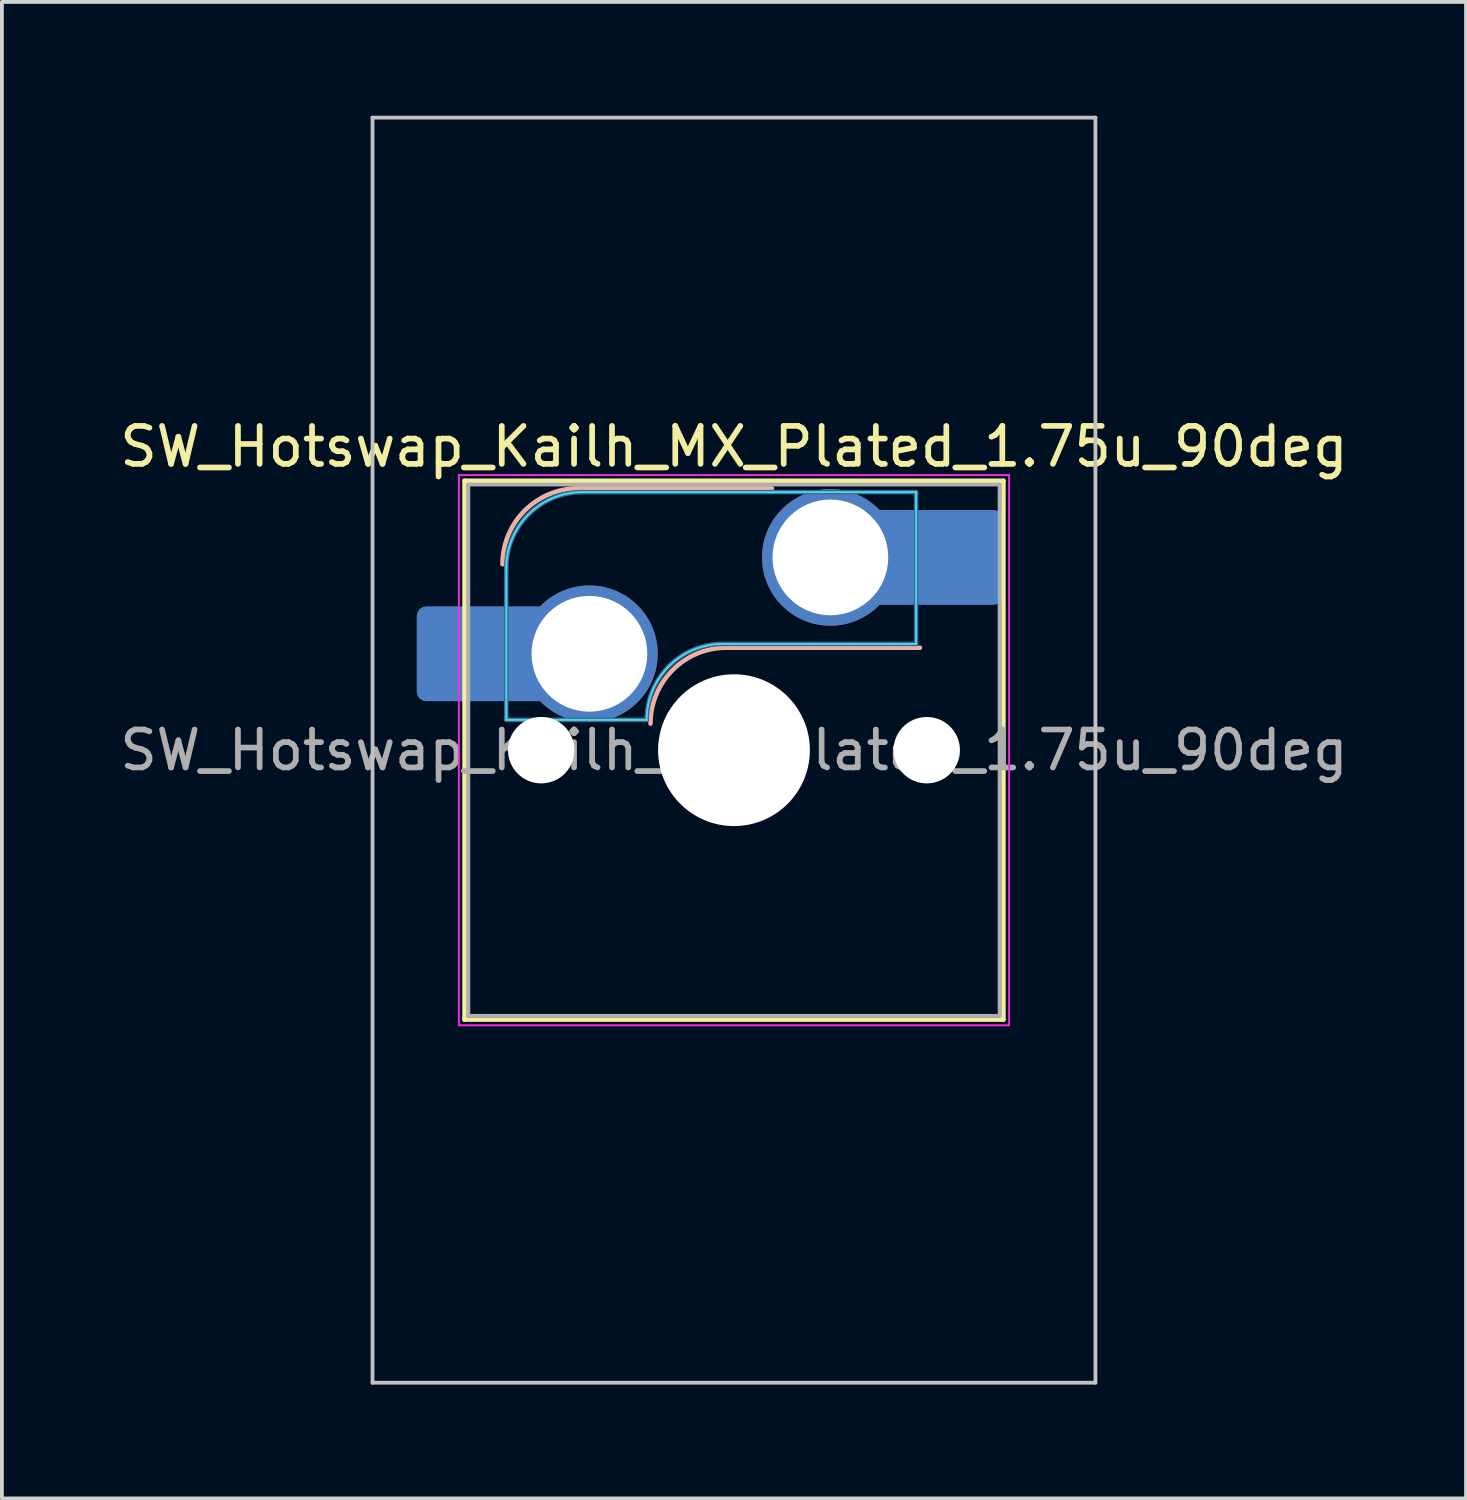
<source format=kicad_pcb>
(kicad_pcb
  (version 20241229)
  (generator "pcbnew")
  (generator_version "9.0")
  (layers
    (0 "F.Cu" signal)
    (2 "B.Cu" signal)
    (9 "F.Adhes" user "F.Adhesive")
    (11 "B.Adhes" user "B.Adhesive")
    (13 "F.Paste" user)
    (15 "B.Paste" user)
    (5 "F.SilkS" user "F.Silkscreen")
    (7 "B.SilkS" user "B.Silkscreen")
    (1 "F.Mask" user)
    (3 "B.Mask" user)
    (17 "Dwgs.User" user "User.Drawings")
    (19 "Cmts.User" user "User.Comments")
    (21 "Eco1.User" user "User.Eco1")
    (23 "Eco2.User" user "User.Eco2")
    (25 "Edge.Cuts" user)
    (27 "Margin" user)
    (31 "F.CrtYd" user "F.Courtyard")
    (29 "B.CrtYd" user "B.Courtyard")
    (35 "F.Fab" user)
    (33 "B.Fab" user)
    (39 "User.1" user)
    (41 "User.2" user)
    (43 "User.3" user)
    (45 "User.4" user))
  (footprint "SW_Hotswap_Kailh_MX_Plated_1.75u_90deg"
    (layer "F.Cu")
    (at 16.292 16.719)
    (property "Reference" "SW_Hotswap_Kailh_MX_Plated_1.75u_90deg" (at 0 -8 0) (layer "F.SilkS") (effects (font (size 1 1) (thickness 0.15))))
    (attr smd)
    (fp_line (start -7.1 -7.1) (end -7.1 7.1) (stroke (width 0.12) (type solid)) (layer "F.SilkS"))
    (fp_line (start -7.1 7.1) (end 7.1 7.1) (stroke (width 0.12) (type solid)) (layer "F.SilkS"))
    (fp_line (start 7.1 -7.1) (end -7.1 -7.1) (stroke (width 0.12) (type solid)) (layer "F.SilkS"))
    (fp_line (start 7.1 7.1) (end 7.1 -7.1) (stroke (width 0.12) (type solid)) (layer "F.SilkS"))
    (fp_line (start -4.1 -6.9) (end 1 -6.9) (stroke (width 0.12) (type solid)) (layer "B.SilkS"))
    (fp_line (start -0.2 -2.7) (end 4.9 -2.7) (stroke (width 0.12) (type solid)) (layer "B.SilkS"))
    (fp_arc (start -6.1 -4.9) (mid -5.514214 -6.314214) (end -4.1 -6.9) (stroke (width 0.12) (type solid)) (layer "B.SilkS"))
    (fp_arc (start -2.2 -0.7) (mid -1.614214 -2.114214) (end -0.2 -2.7) (stroke (width 0.12) (type solid)) (layer "B.SilkS"))
    (fp_line (start -9.525 -16.669) (end 9.525 -16.669) (stroke (width 0.1) (type solid)) (layer "Dwgs.User"))
    (fp_line (start -9.525 16.669) (end -9.525 -16.669) (stroke (width 0.1) (type solid)) (layer "Dwgs.User"))
    (fp_line (start 9.525 -16.669) (end 9.525 16.669) (stroke (width 0.1) (type solid)) (layer "Dwgs.User"))
    (fp_line (start 9.525 16.669) (end -9.525 16.669) (stroke (width 0.1) (type solid)) (layer "Dwgs.User"))
    (fp_line (start -7.8 -6) (end -7 -6) (stroke (width 0.1) (type solid)) (layer "Eco1.User"))
    (fp_line (start -7.8 -2.9) (end -7.8 -6) (stroke (width 0.1) (type solid)) (layer "Eco1.User"))
    (fp_line (start -7.8 2.9) (end -7 2.9) (stroke (width 0.1) (type solid)) (layer "Eco1.User"))
    (fp_line (start -7.8 6) (end -7.8 2.9) (stroke (width 0.1) (type solid)) (layer "Eco1.User"))
    (fp_line (start -7 -7) (end 7 -7) (stroke (width 0.1) (type solid)) (layer "Eco1.User"))
    (fp_line (start -7 -6) (end -7 -7) (stroke (width 0.1) (type solid)) (layer "Eco1.User"))
    (fp_line (start -7 -2.9) (end -7.8 -2.9) (stroke (width 0.1) (type solid)) (layer "Eco1.User"))
    (fp_line (start -7 2.9) (end -7 -2.9) (stroke (width 0.1) (type solid)) (layer "Eco1.User"))
    (fp_line (start -7 6) (end -7.8 6) (stroke (width 0.1) (type solid)) (layer "Eco1.User"))
    (fp_line (start -7 7) (end -7 6) (stroke (width 0.1) (type solid)) (layer "Eco1.User"))
    (fp_line (start 7 -7) (end 7 -6) (stroke (width 0.1) (type solid)) (layer "Eco1.User"))
    (fp_line (start 7 -6) (end 7.8 -6) (stroke (width 0.1) (type solid)) (layer "Eco1.User"))
    (fp_line (start 7 -2.9) (end 7 2.9) (stroke (width 0.1) (type solid)) (layer "Eco1.User"))
    (fp_line (start 7 2.9) (end 7.8 2.9) (stroke (width 0.1) (type solid)) (layer "Eco1.User"))
    (fp_line (start 7 6) (end 7 7) (stroke (width 0.1) (type solid)) (layer "Eco1.User"))
    (fp_line (start 7 7) (end -7 7) (stroke (width 0.1) (type solid)) (layer "Eco1.User"))
    (fp_line (start 7.8 -6) (end 7.8 -2.9) (stroke (width 0.1) (type solid)) (layer "Eco1.User"))
    (fp_line (start 7.8 -2.9) (end 7 -2.9) (stroke (width 0.1) (type solid)) (layer "Eco1.User"))
    (fp_line (start 7.8 2.9) (end 7.8 6) (stroke (width 0.1) (type solid)) (layer "Eco1.User"))
    (fp_line (start 7.8 6) (end 7 6) (stroke (width 0.1) (type solid)) (layer "Eco1.User"))
    (fp_line (start -6 -0.8) (end -6 -4.8) (stroke (width 0.05) (type solid)) (layer "B.CrtYd"))
    (fp_line (start -6 -0.8) (end -2.3 -0.8) (stroke (width 0.05) (type solid)) (layer "B.CrtYd"))
    (fp_line (start -4 -6.8) (end 4.8 -6.8) (stroke (width 0.05) (type solid)) (layer "B.CrtYd"))
    (fp_line (start -0.3 -2.8) (end 4.8 -2.8) (stroke (width 0.05) (type solid)) (layer "B.CrtYd"))
    (fp_line (start 4.8 -6.8) (end 4.8 -2.8) (stroke (width 0.05) (type solid)) (layer "B.CrtYd"))
    (fp_arc (start -6 -4.8) (mid -5.414214 -6.214214) (end -4 -6.8) (stroke (width 0.05) (type solid)) (layer "B.CrtYd"))
    (fp_arc (start -2.3 -0.8) (mid -1.714214 -2.214214) (end -0.3 -2.8) (stroke (width 0.05) (type solid)) (layer "B.CrtYd"))
    (fp_line (start -7.25 -7.25) (end -7.25 7.25) (stroke (width 0.05) (type solid)) (layer "F.CrtYd"))
    (fp_line (start -7.25 7.25) (end 7.25 7.25) (stroke (width 0.05) (type solid)) (layer "F.CrtYd"))
    (fp_line (start 7.25 -7.25) (end -7.25 -7.25) (stroke (width 0.05) (type solid)) (layer "F.CrtYd"))
    (fp_line (start 7.25 7.25) (end 7.25 -7.25) (stroke (width 0.05) (type solid)) (layer "F.CrtYd"))
    (fp_line (start -6 -0.8) (end -6 -4.8) (stroke (width 0.12) (type solid)) (layer "B.Fab"))
    (fp_line (start -6 -0.8) (end -2.3 -0.8) (stroke (width 0.12) (type solid)) (layer "B.Fab"))
    (fp_line (start -4 -6.8) (end 4.8 -6.8) (stroke (width 0.12) (type solid)) (layer "B.Fab"))
    (fp_line (start -0.3 -2.8) (end 4.8 -2.8) (stroke (width 0.12) (type solid)) (layer "B.Fab"))
    (fp_line (start 4.8 -6.8) (end 4.8 -2.8) (stroke (width 0.12) (type solid)) (layer "B.Fab"))
    (fp_arc (start -6 -4.8) (mid -5.414214 -6.214214) (end -4 -6.8) (stroke (width 0.12) (type solid)) (layer "B.Fab"))
    (fp_arc (start -2.3 -0.8) (mid -1.714214 -2.214214) (end -0.3 -2.8) (stroke (width 0.12) (type solid)) (layer "B.Fab"))
    (fp_line (start -7 -7) (end -7 7) (stroke (width 0.1) (type solid)) (layer "F.Fab"))
    (fp_line (start -7 7) (end 7 7) (stroke (width 0.1) (type solid)) (layer "F.Fab"))
    (fp_line (start 7 -7) (end -7 -7) (stroke (width 0.1) (type solid)) (layer "F.Fab"))
    (fp_line (start 7 7) (end 7 -7) (stroke (width 0.1) (type solid)) (layer "F.Fab"))
    (fp_text user "${REFERENCE}" (at 0 0 0) (layer "F.Fab") (effects (font (size 1 1) (thickness 0.15))))
    (pad "" smd roundrect (at -7.085 -2.54) (size 2.55 2.5) (layers "B.Mask" "B.Paste") (roundrect_rratio 0.1))
    (pad "" np_thru_hole circle (at -5.08 0) (size 1.75 1.75) (drill 1.75) (layers "*.Cu" "*.Mask"))
    (pad "" np_thru_hole circle (at 0 0) (size 4 4) (drill 4) (layers "*.Cu" "*.Mask"))
    (pad "" np_thru_hole circle (at 5.08 0) (size 1.75 1.75) (drill 1.75) (layers "*.Cu" "*.Mask"))
    (pad "" smd roundrect (at 5.842 -5.08) (size 2.55 2.5) (layers "B.Mask" "B.Paste") (roundrect_rratio 0.1))
    (pad "1" smd roundrect (at -6.585 -2.54) (size 3.55 2.5) (layers "B.Cu") (roundrect_rratio 0.1))
    (pad "1" thru_hole circle (at -3.81 -2.54) (size 3.6 3.6) (drill 3.05) (layers "*.Cu" "*.Mask"))
    (pad "2" thru_hole circle (at 2.54 -5.08) (size 3.6 3.6) (drill 3.05) (layers "*.Cu" "*.Mask"))
    (pad "2" smd roundrect (at 5.32 -5.08) (size 3.55 2.5) (layers "B.Cu") (roundrect_rratio 0.1)))
  (gr_rect
    (start -3 -3)
    (end 35.583 36.438)
    (stroke (width 0.1) (type default))
    (fill no)
    (layer "Edge.Cuts")))
</source>
